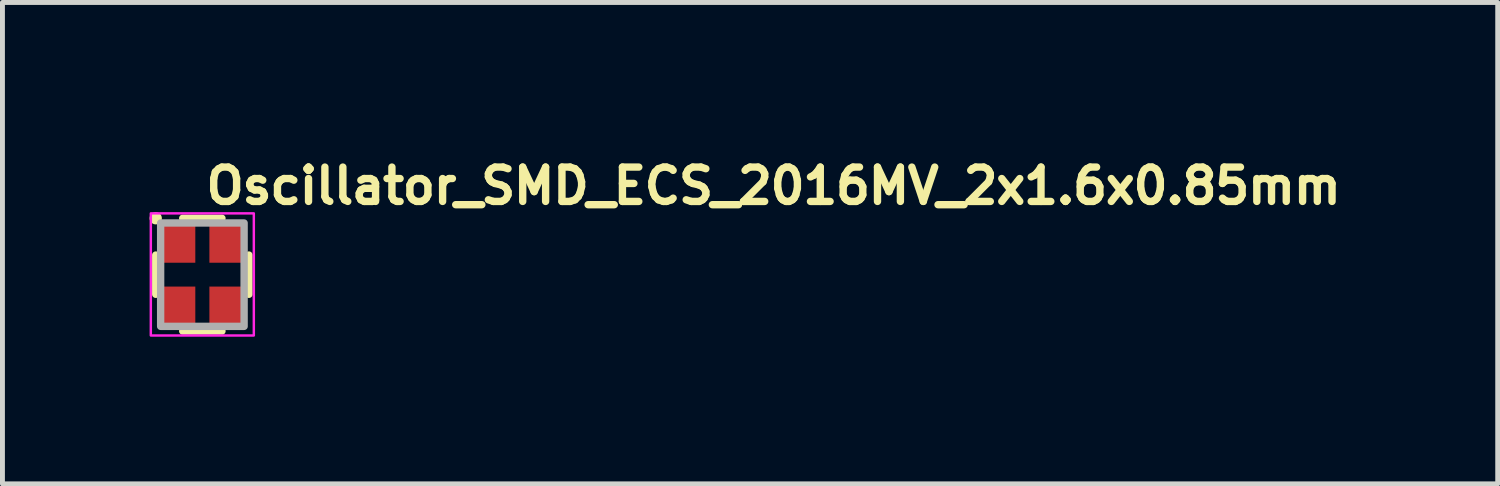
<source format=kicad_pcb>
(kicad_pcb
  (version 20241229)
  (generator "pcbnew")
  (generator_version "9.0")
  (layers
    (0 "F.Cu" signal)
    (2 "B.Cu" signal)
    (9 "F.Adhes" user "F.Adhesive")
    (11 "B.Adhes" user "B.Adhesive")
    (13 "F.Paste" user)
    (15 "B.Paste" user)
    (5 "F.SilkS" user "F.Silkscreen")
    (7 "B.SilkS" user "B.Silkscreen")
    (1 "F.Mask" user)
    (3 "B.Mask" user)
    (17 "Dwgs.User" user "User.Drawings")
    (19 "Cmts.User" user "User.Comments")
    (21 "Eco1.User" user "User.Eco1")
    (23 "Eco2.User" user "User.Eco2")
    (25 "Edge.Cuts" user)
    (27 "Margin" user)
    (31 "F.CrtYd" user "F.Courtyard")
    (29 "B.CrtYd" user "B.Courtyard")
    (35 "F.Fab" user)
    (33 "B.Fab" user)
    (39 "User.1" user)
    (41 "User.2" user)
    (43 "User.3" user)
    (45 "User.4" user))
  (footprint "Oscillator_SMD_ECS_2016MV_2x1.6x0.85mm"
    (layer "F.Cu")
    (at 1.075 2.55)
    (property "Reference" "Oscillator_SMD_ECS_2016MV_2x1.6x0.85mm" (at 0 -1.4 180) (layer "F.SilkS") (effects (font (size 0.7 0.7) (thickness 0.15)) (justify left bottom)))
    (attr smd)
    (fp_line (start -0.95 0.4) (end -0.95 -0.4) (stroke (width 0.15) (type solid)) (layer "F.SilkS"))
    (fp_line (start -0.4 -1.15) (end 0.4 -1.15) (stroke (width 0.15) (type solid)) (layer "F.SilkS"))
    (fp_line (start -0.4 1.15) (end 0.4 1.15) (stroke (width 0.15) (type solid)) (layer "F.SilkS"))
    (fp_line (start 0.95 0.4) (end 0.95 -0.4) (stroke (width 0.15) (type solid)) (layer "F.SilkS"))
    (fp_circle (center -0.95 -1.15) (end -0.9 -1.15) (stroke (width 0.15) (type solid)) (fill yes) (layer "F.SilkS"))
    (fp_rect (start -1.05 -1.25) (end 1.05 1.24) (stroke (width 0.05) (type solid)) (fill no) (layer "F.CrtYd"))
    (fp_rect (start -0.85 -1.054) (end 0.852 1.054) (stroke (width 0.15) (type solid)) (fill no) (layer "F.Fab"))
    (fp_rect (start -0.8 -1) (end 0.8 1) (stroke (width 0.15) (type solid)) (fill no) (layer "User.5"))
    (fp_line (start -0.8 -0.938) (end -0.8 -0.263) (stroke (width 0.02) (type solid)) (layer "User.9"))
    (fp_line (start -0.8 -0.263) (end -0.798 -0.263) (stroke (width 0.02) (type solid)) (layer "User.9"))
    (fp_line (start -0.8 -0.263) (end -0.798 -0.263) (stroke (width 0.02) (type solid)) (layer "User.9"))
    (fp_line (start -0.8 0.263) (end -0.8 0.937) (stroke (width 0.02) (type solid)) (layer "User.9"))
    (fp_line (start -0.8 0.937) (end -0.798 0.937) (stroke (width 0.02) (type solid)) (layer "User.9"))
    (fp_line (start -0.798 -0.938) (end -0.8 -0.938) (stroke (width 0.02) (type solid)) (layer "User.9"))
    (fp_line (start -0.798 -0.263) (end -0.794 -0.263) (stroke (width 0.02) (type solid)) (layer "User.9"))
    (fp_line (start -0.798 -0.263) (end -0.794 -0.263) (stroke (width 0.02) (type solid)) (layer "User.9"))
    (fp_line (start -0.798 0.262) (end -0.8 0.263) (stroke (width 0.02) (type solid)) (layer "User.9"))
    (fp_line (start -0.798 0.937) (end -0.794 0.937) (stroke (width 0.02) (type solid)) (layer "User.9"))
    (fp_line (start -0.794 -0.938) (end -0.798 -0.938) (stroke (width 0.02) (type solid)) (layer "User.9"))
    (fp_line (start -0.794 -0.263) (end -0.791 -0.263) (stroke (width 0.02) (type solid)) (layer "User.9"))
    (fp_line (start -0.794 -0.263) (end -0.791 -0.263) (stroke (width 0.02) (type solid)) (layer "User.9"))
    (fp_line (start -0.794 0.262) (end -0.798 0.262) (stroke (width 0.02) (type solid)) (layer "User.9"))
    (fp_line (start -0.794 0.937) (end -0.791 0.937) (stroke (width 0.02) (type solid)) (layer "User.9"))
    (fp_line (start -0.791 -0.938) (end -0.794 -0.938) (stroke (width 0.02) (type solid)) (layer "User.9"))
    (fp_line (start -0.791 -0.263) (end -0.787 -0.262) (stroke (width 0.02) (type solid)) (layer "User.9"))
    (fp_line (start -0.791 -0.263) (end -0.787 -0.262) (stroke (width 0.02) (type solid)) (layer "User.9"))
    (fp_line (start -0.791 0.262) (end -0.794 0.262) (stroke (width 0.02) (type solid)) (layer "User.9"))
    (fp_line (start -0.791 0.937) (end -0.789 0.938) (stroke (width 0.02) (type solid)) (layer "User.9"))
    (fp_line (start -0.789 -0.94) (end -0.791 -0.938) (stroke (width 0.02) (type solid)) (layer "User.9"))
    (fp_line (start -0.789 0.938) (end -0.785 0.938) (stroke (width 0.02) (type solid)) (layer "User.9"))
    (fp_line (start -0.787 -0.262) (end -0.785 -0.262) (stroke (width 0.02) (type solid)) (layer "User.9"))
    (fp_line (start -0.787 -0.262) (end -0.785 -0.262) (stroke (width 0.02) (type solid)) (layer "User.9"))
    (fp_line (start -0.787 0.261) (end -0.791 0.262) (stroke (width 0.02) (type solid)) (layer "User.9"))
    (fp_line (start -0.785 -0.94) (end -0.789 -0.94) (stroke (width 0.02) (type solid)) (layer "User.9"))
    (fp_line (start -0.785 -0.262) (end -0.781 -0.261) (stroke (width 0.02) (type solid)) (layer "User.9"))
    (fp_line (start -0.785 -0.262) (end -0.781 -0.261) (stroke (width 0.02) (type solid)) (layer "User.9"))
    (fp_line (start -0.785 0.261) (end -0.787 0.261) (stroke (width 0.02) (type solid)) (layer "User.9"))
    (fp_line (start -0.785 0.938) (end -0.783 0.939) (stroke (width 0.02) (type solid)) (layer "User.9"))
    (fp_line (start -0.783 -0.94) (end -0.785 -0.94) (stroke (width 0.02) (type solid)) (layer "User.9"))
    (fp_line (start -0.783 0.939) (end -0.779 0.94) (stroke (width 0.02) (type solid)) (layer "User.9"))
    (fp_line (start -0.781 -0.261) (end -0.779 -0.26) (stroke (width 0.02) (type solid)) (layer "User.9"))
    (fp_line (start -0.781 -0.261) (end -0.779 -0.26) (stroke (width 0.02) (type solid)) (layer "User.9"))
    (fp_line (start -0.781 0.26) (end -0.785 0.261) (stroke (width 0.02) (type solid)) (layer "User.9"))
    (fp_line (start -0.779 -0.942) (end -0.783 -0.94) (stroke (width 0.02) (type solid)) (layer "User.9"))
    (fp_line (start -0.779 -0.26) (end -0.777 -0.258) (stroke (width 0.02) (type solid)) (layer "User.9"))
    (fp_line (start -0.779 -0.26) (end -0.777 -0.258) (stroke (width 0.02) (type solid)) (layer "User.9"))
    (fp_line (start -0.779 0.259) (end -0.781 0.26) (stroke (width 0.02) (type solid)) (layer "User.9"))
    (fp_line (start -0.779 0.94) (end -0.777 0.941) (stroke (width 0.02) (type solid)) (layer "User.9"))
    (fp_line (start -0.777 -0.942) (end -0.779 -0.942) (stroke (width 0.02) (type solid)) (layer "User.9"))
    (fp_line (start -0.777 -0.258) (end -0.773 -0.256) (stroke (width 0.02) (type solid)) (layer "User.9"))
    (fp_line (start -0.777 -0.258) (end -0.773 -0.256) (stroke (width 0.02) (type solid)) (layer "User.9"))
    (fp_line (start -0.777 0.258) (end -0.779 0.259) (stroke (width 0.02) (type solid)) (layer "User.9"))
    (fp_line (start -0.777 0.941) (end -0.773 0.942) (stroke (width 0.02) (type solid)) (layer "User.9"))
    (fp_line (start -0.773 -0.944) (end -0.777 -0.942) (stroke (width 0.02) (type solid)) (layer "User.9"))
    (fp_line (start -0.773 -0.256) (end -0.771 -0.255) (stroke (width 0.02) (type solid)) (layer "User.9"))
    (fp_line (start -0.773 -0.256) (end -0.771 -0.255) (stroke (width 0.02) (type solid)) (layer "User.9"))
    (fp_line (start -0.773 0.256) (end -0.777 0.258) (stroke (width 0.02) (type solid)) (layer "User.9"))
    (fp_line (start -0.773 0.942) (end -0.771 0.944) (stroke (width 0.02) (type solid)) (layer "User.9"))
    (fp_line (start -0.771 -0.946) (end -0.773 -0.944) (stroke (width 0.02) (type solid)) (layer "User.9"))
    (fp_line (start -0.771 -0.255) (end -0.769 -0.253) (stroke (width 0.02) (type solid)) (layer "User.9"))
    (fp_line (start -0.771 -0.255) (end -0.769 -0.253) (stroke (width 0.02) (type solid)) (layer "User.9"))
    (fp_line (start -0.771 0.255) (end -0.773 0.256) (stroke (width 0.02) (type solid)) (layer "User.9"))
    (fp_line (start -0.771 0.944) (end -0.769 0.945) (stroke (width 0.02) (type solid)) (layer "User.9"))
    (fp_line (start -0.769 -0.946) (end -0.771 -0.946) (stroke (width 0.02) (type solid)) (layer "User.9"))
    (fp_line (start -0.769 -0.253) (end -0.765 -0.252) (stroke (width 0.02) (type solid)) (layer "User.9"))
    (fp_line (start -0.769 -0.253) (end -0.765 -0.252) (stroke (width 0.02) (type solid)) (layer "User.9"))
    (fp_line (start -0.769 0.252) (end -0.771 0.255) (stroke (width 0.02) (type solid)) (layer "User.9"))
    (fp_line (start -0.769 0.945) (end -0.765 0.947) (stroke (width 0.02) (type solid)) (layer "User.9"))
    (fp_line (start -0.765 -0.948) (end -0.769 -0.946) (stroke (width 0.02) (type solid)) (layer "User.9"))
    (fp_line (start -0.765 -0.252) (end -0.763 -0.25) (stroke (width 0.02) (type solid)) (layer "User.9"))
    (fp_line (start -0.765 -0.252) (end -0.763 -0.25) (stroke (width 0.02) (type solid)) (layer "User.9"))
    (fp_line (start -0.765 0.251) (end -0.769 0.252) (stroke (width 0.02) (type solid)) (layer "User.9"))
    (fp_line (start -0.765 0.947) (end -0.763 0.949) (stroke (width 0.02) (type solid)) (layer "User.9"))
    (fp_line (start -0.763 -0.95) (end -0.765 -0.948) (stroke (width 0.02) (type solid)) (layer "User.9"))
    (fp_line (start -0.763 -0.25) (end -0.761 -0.248) (stroke (width 0.02) (type solid)) (layer "User.9"))
    (fp_line (start -0.763 -0.25) (end -0.761 -0.248) (stroke (width 0.02) (type solid)) (layer "User.9"))
    (fp_line (start -0.763 0.249) (end -0.765 0.251) (stroke (width 0.02) (type solid)) (layer "User.9"))
    (fp_line (start -0.763 0.949) (end -0.761 0.951) (stroke (width 0.02) (type solid)) (layer "User.9"))
    (fp_line (start -0.761 -0.952) (end -0.763 -0.95) (stroke (width 0.02) (type solid)) (layer "User.9"))
    (fp_line (start -0.761 -0.248) (end -0.759 -0.246) (stroke (width 0.02) (type solid)) (layer "User.9"))
    (fp_line (start -0.761 -0.248) (end -0.759 -0.246) (stroke (width 0.02) (type solid)) (layer "User.9"))
    (fp_line (start -0.761 0.247) (end -0.763 0.249) (stroke (width 0.02) (type solid)) (layer "User.9"))
    (fp_line (start -0.761 0.951) (end -0.759 0.953) (stroke (width 0.02) (type solid)) (layer "User.9"))
    (fp_line (start -0.759 -0.954) (end -0.761 -0.952) (stroke (width 0.02) (type solid)) (layer "User.9"))
    (fp_line (start -0.759 -0.246) (end -0.757 -0.244) (stroke (width 0.02) (type solid)) (layer "User.9"))
    (fp_line (start -0.759 -0.246) (end -0.757 -0.244) (stroke (width 0.02) (type solid)) (layer "User.9"))
    (fp_line (start -0.759 0.245) (end -0.761 0.247) (stroke (width 0.02) (type solid)) (layer "User.9"))
    (fp_line (start -0.759 0.953) (end -0.757 0.955) (stroke (width 0.02) (type solid)) (layer "User.9"))
    (fp_line (start -0.757 -0.956) (end -0.759 -0.954) (stroke (width 0.02) (type solid)) (layer "User.9"))
    (fp_line (start -0.757 -0.956) (end -0.757 -0.956) (stroke (width 0.02) (type solid)) (layer "User.9"))
    (fp_line (start -0.757 -0.244) (end -0.755 -0.242) (stroke (width 0.02) (type solid)) (layer "User.9"))
    (fp_line (start -0.757 -0.244) (end -0.755 -0.242) (stroke (width 0.02) (type solid)) (layer "User.9"))
    (fp_line (start -0.757 0.243) (end -0.759 0.245) (stroke (width 0.02) (type solid)) (layer "User.9"))
    (fp_line (start -0.757 0.955) (end -0.757 0.955) (stroke (width 0.02) (type solid)) (layer "User.9"))
    (fp_line (start -0.757 0.955) (end -0.755 0.958) (stroke (width 0.02) (type solid)) (layer "User.9"))
    (fp_line (start -0.755 -0.958) (end -0.757 -0.956) (stroke (width 0.02) (type solid)) (layer "User.9"))
    (fp_line (start -0.755 -0.242) (end -0.753 -0.24) (stroke (width 0.02) (type solid)) (layer "User.9"))
    (fp_line (start -0.755 -0.242) (end -0.753 -0.24) (stroke (width 0.02) (type solid)) (layer "User.9"))
    (fp_line (start -0.755 0.241) (end -0.757 0.243) (stroke (width 0.02) (type solid)) (layer "User.9"))
    (fp_line (start -0.755 0.958) (end -0.753 0.96) (stroke (width 0.02) (type solid)) (layer "User.9"))
    (fp_line (start -0.753 -0.96) (end -0.755 -0.958) (stroke (width 0.02) (type solid)) (layer "User.9"))
    (fp_line (start -0.753 -0.24) (end -0.751 -0.237) (stroke (width 0.02) (type solid)) (layer "User.9"))
    (fp_line (start -0.753 -0.24) (end -0.751 -0.237) (stroke (width 0.02) (type solid)) (layer "User.9"))
    (fp_line (start -0.753 0.239) (end -0.755 0.241) (stroke (width 0.02) (type solid)) (layer "User.9"))
    (fp_line (start -0.753 0.96) (end -0.751 0.963) (stroke (width 0.02) (type solid)) (layer "User.9"))
    (fp_line (start -0.751 -0.964) (end -0.753 -0.96) (stroke (width 0.02) (type solid)) (layer "User.9"))
    (fp_line (start -0.751 -0.237) (end -0.749 -0.235) (stroke (width 0.02) (type solid)) (layer "User.9"))
    (fp_line (start -0.751 -0.237) (end -0.749 -0.235) (stroke (width 0.02) (type solid)) (layer "User.9"))
    (fp_line (start -0.751 0.236) (end -0.753 0.239) (stroke (width 0.02) (type solid)) (layer "User.9"))
    (fp_line (start -0.751 0.963) (end -0.749 0.965) (stroke (width 0.02) (type solid)) (layer "User.9"))
    (fp_line (start -0.749 -0.966) (end -0.751 -0.964) (stroke (width 0.02) (type solid)) (layer "User.9"))
    (fp_line (start -0.749 -0.235) (end -0.747 -0.232) (stroke (width 0.02) (type solid)) (layer "User.9"))
    (fp_line (start -0.749 -0.235) (end -0.747 -0.232) (stroke (width 0.02) (type solid)) (layer "User.9"))
    (fp_line (start -0.749 0.234) (end -0.751 0.236) (stroke (width 0.02) (type solid)) (layer "User.9"))
    (fp_line (start -0.749 0.965) (end -0.747 0.968) (stroke (width 0.02) (type solid)) (layer "User.9"))
    (fp_line (start -0.747 -0.968) (end -0.749 -0.966) (stroke (width 0.02) (type solid)) (layer "User.9"))
    (fp_line (start -0.747 -0.232) (end -0.745 -0.23) (stroke (width 0.02) (type solid)) (layer "User.9"))
    (fp_line (start -0.747 -0.232) (end -0.745 -0.23) (stroke (width 0.02) (type solid)) (layer "User.9"))
    (fp_line (start -0.747 0.231) (end -0.749 0.234) (stroke (width 0.02) (type solid)) (layer "User.9"))
    (fp_line (start -0.747 0.968) (end -0.745 0.971) (stroke (width 0.02) (type solid)) (layer "User.9"))
    (fp_line (start -0.745 -0.972) (end -0.747 -0.968) (stroke (width 0.02) (type solid)) (layer "User.9"))
    (fp_line (start -0.745 -0.23) (end -0.745 -0.227) (stroke (width 0.02) (type solid)) (layer "User.9"))
    (fp_line (start -0.745 -0.23) (end -0.745 -0.227) (stroke (width 0.02) (type solid)) (layer "User.9"))
    (fp_line (start -0.745 -0.227) (end -0.743 -0.224) (stroke (width 0.02) (type solid)) (layer "User.9"))
    (fp_line (start -0.745 -0.227) (end -0.743 -0.224) (stroke (width 0.02) (type solid)) (layer "User.9"))
    (fp_line (start -0.745 0.226) (end -0.745 0.229) (stroke (width 0.02) (type solid)) (layer "User.9"))
    (fp_line (start -0.745 0.229) (end -0.747 0.231) (stroke (width 0.02) (type solid)) (layer "User.9"))
    (fp_line (start -0.745 0.971) (end -0.743 0.973) (stroke (width 0.02) (type solid)) (layer "User.9"))
    (fp_line (start -0.743 -0.976) (end -0.743 -0.974) (stroke (width 0.02) (type solid)) (layer "User.9"))
    (fp_line (start -0.743 -0.974) (end -0.745 -0.972) (stroke (width 0.02) (type solid)) (layer "User.9"))
    (fp_line (start -0.743 -0.224) (end -0.741 -0.221) (stroke (width 0.02) (type solid)) (layer "User.9"))
    (fp_line (start -0.743 -0.224) (end -0.741 -0.221) (stroke (width 0.02) (type solid)) (layer "User.9"))
    (fp_line (start -0.743 0.223) (end -0.745 0.226) (stroke (width 0.02) (type solid)) (layer "User.9"))
    (fp_line (start -0.743 0.973) (end -0.743 0.976) (stroke (width 0.02) (type solid)) (layer "User.9"))
    (fp_line (start -0.743 0.976) (end -0.741 0.979) (stroke (width 0.02) (type solid)) (layer "User.9"))
    (fp_line (start -0.741 -0.982) (end -0.741 -0.98) (stroke (width 0.02) (type solid)) (layer "User.9"))
    (fp_line (start -0.741 -0.98) (end -0.743 -0.976) (stroke (width 0.02) (type solid)) (layer "User.9"))
    (fp_line (start -0.741 -0.221) (end -0.741 -0.219) (stroke (width 0.02) (type solid)) (layer "User.9"))
    (fp_line (start -0.741 -0.221) (end -0.741 -0.219) (stroke (width 0.02) (type solid)) (layer "User.9"))
    (fp_line (start -0.741 -0.219) (end -0.739 -0.216) (stroke (width 0.02) (type solid)) (layer "User.9"))
    (fp_line (start -0.741 -0.219) (end -0.739 -0.216) (stroke (width 0.02) (type solid)) (layer "User.9"))
    (fp_line (start -0.741 0.219) (end -0.741 0.22) (stroke (width 0.02) (type solid)) (layer "User.9"))
    (fp_line (start -0.741 0.22) (end -0.743 0.223) (stroke (width 0.02) (type solid)) (layer "User.9"))
    (fp_line (start -0.741 0.979) (end -0.741 0.982) (stroke (width 0.02) (type solid)) (layer "User.9"))
    (fp_line (start -0.741 0.982) (end -0.739 0.985) (stroke (width 0.02) (type solid)) (layer "User.9"))
    (fp_line (start -0.739 -1) (end -0.739 -0.998) (stroke (width 0.02) (type solid)) (layer "User.9"))
    (fp_line (start -0.739 -0.998) (end -0.739 -0.994) (stroke (width 0.02) (type solid)) (layer "User.9"))
    (fp_line (start -0.739 -0.994) (end -0.739 -0.992) (stroke (width 0.02) (type solid)) (layer "User.9"))
    (fp_line (start -0.739 -0.992) (end -0.739 -0.988) (stroke (width 0.02) (type solid)) (layer "User.9"))
    (fp_line (start -0.739 -0.988) (end -0.739 -0.986) (stroke (width 0.02) (type solid)) (layer "User.9"))
    (fp_line (start -0.739 -0.986) (end -0.741 -0.982) (stroke (width 0.02) (type solid)) (layer "User.9"))
    (fp_line (start -0.739 -0.216) (end -0.739 -0.213) (stroke (width 0.02) (type solid)) (layer "User.9"))
    (fp_line (start -0.739 -0.216) (end -0.739 -0.213) (stroke (width 0.02) (type solid)) (layer "User.9"))
    (fp_line (start -0.739 -0.213) (end -0.739 -0.21) (stroke (width 0.02) (type solid)) (layer "User.9"))
    (fp_line (start -0.739 -0.213) (end -0.739 -0.21) (stroke (width 0.02) (type solid)) (layer "User.9"))
    (fp_line (start -0.739 -0.21) (end -0.739 -0.206) (stroke (width 0.02) (type solid)) (layer "User.9"))
    (fp_line (start -0.739 -0.21) (end -0.739 -0.206) (stroke (width 0.02) (type solid)) (layer "User.9"))
    (fp_line (start -0.739 -0.206) (end -0.739 -0.203) (stroke (width 0.02) (type solid)) (layer "User.9"))
    (fp_line (start -0.739 -0.206) (end -0.739 -0.203) (stroke (width 0.02) (type solid)) (layer "User.9"))
    (fp_line (start -0.739 -0.203) (end -0.739 -0.2) (stroke (width 0.02) (type solid)) (layer "User.9"))
    (fp_line (start -0.739 -0.203) (end -0.739 -0.2) (stroke (width 0.02) (type solid)) (layer "User.9"))
    (fp_line (start -0.739 -0.2) (end -0.739 0.2) (stroke (width 0.02) (type solid)) (layer "User.9"))
    (fp_line (start -0.739 0.2) (end -0.739 0.203) (stroke (width 0.02) (type solid)) (layer "User.9"))
    (fp_line (start -0.739 0.203) (end -0.739 0.206) (stroke (width 0.02) (type solid)) (layer "User.9"))
    (fp_line (start -0.739 0.206) (end -0.739 0.21) (stroke (width 0.02) (type solid)) (layer "User.9"))
    (fp_line (start -0.739 0.21) (end -0.739 0.213) (stroke (width 0.02) (type solid)) (layer "User.9"))
    (fp_line (start -0.739 0.213) (end -0.739 0.216) (stroke (width 0.02) (type solid)) (layer "User.9"))
    (fp_line (start -0.739 0.216) (end -0.741 0.219) (stroke (width 0.02) (type solid)) (layer "User.9"))
    (fp_line (start -0.739 0.985) (end -0.739 0.988) (stroke (width 0.02) (type solid)) (layer "User.9"))
    (fp_line (start -0.739 0.988) (end -0.739 0.99) (stroke (width 0.02) (type solid)) (layer "User.9"))
    (fp_line (start -0.739 0.99) (end -0.739 0.993) (stroke (width 0.02) (type solid)) (layer "User.9"))
    (fp_line (start -0.739 0.993) (end -0.739 0.996) (stroke (width 0.02) (type solid)) (layer "User.9"))
    (fp_line (start -0.739 0.996) (end -0.739 0.999) (stroke (width 0.02) (type solid)) (layer "User.9"))
    (fp_line (start -0.739 0.999) (end 0.737 0.999) (stroke (width 0.02) (type solid)) (layer "User.9"))
    (fp_line (start -0.701 -0.831) (end -0.699 -0.835) (stroke (width 0.02) (type solid)) (layer "User.9"))
    (fp_line (start -0.701 -0.825) (end -0.701 -0.831) (stroke (width 0.02) (type solid)) (layer "User.9"))
    (fp_line (start -0.701 -0.825) (end -0.701 0.824) (stroke (width 0.02) (type solid)) (layer "User.9"))
    (fp_line (start -0.701 0.824) (end -0.701 0.83) (stroke (width 0.02) (type solid)) (layer "User.9"))
    (fp_line (start -0.701 0.83) (end -0.699 0.835) (stroke (width 0.02) (type solid)) (layer "User.9"))
    (fp_line (start -0.699 -0.845) (end -0.697 -0.851) (stroke (width 0.02) (type solid)) (layer "User.9"))
    (fp_line (start -0.699 -0.841) (end -0.699 -0.845) (stroke (width 0.02) (type solid)) (layer "User.9"))
    (fp_line (start -0.699 -0.835) (end -0.699 -0.841) (stroke (width 0.02) (type solid)) (layer "User.9"))
    (fp_line (start -0.699 0.835) (end -0.699 0.84) (stroke (width 0.02) (type solid)) (layer "User.9"))
    (fp_line (start -0.699 0.84) (end -0.699 0.845) (stroke (width 0.02) (type solid)) (layer "User.9"))
    (fp_line (start -0.699 0.845) (end -0.697 0.849) (stroke (width 0.02) (type solid)) (layer "User.9"))
    (fp_line (start -0.697 -0.855) (end -0.695 -0.859) (stroke (width 0.02) (type solid)) (layer "User.9"))
    (fp_line (start -0.697 -0.851) (end -0.697 -0.855) (stroke (width 0.02) (type solid)) (layer "User.9"))
    (fp_line (start -0.697 0.849) (end -0.697 0.854) (stroke (width 0.02) (type solid)) (layer "User.9"))
    (fp_line (start -0.697 0.854) (end -0.695 0.858) (stroke (width 0.02) (type solid)) (layer "User.9"))
    (fp_line (start -0.695 -0.859) (end -0.693 -0.865) (stroke (width 0.02) (type solid)) (layer "User.9"))
    (fp_line (start -0.695 0.858) (end -0.693 0.864) (stroke (width 0.02) (type solid)) (layer "User.9"))
    (fp_line (start -0.693 -0.865) (end -0.691 -0.869) (stroke (width 0.02) (type solid)) (layer "User.9"))
    (fp_line (start -0.693 0.864) (end -0.691 0.868) (stroke (width 0.02) (type solid)) (layer "User.9"))
    (fp_line (start -0.691 -0.869) (end -0.689 -0.873) (stroke (width 0.02) (type solid)) (layer "User.9"))
    (fp_line (start -0.691 0.868) (end -0.689 0.873) (stroke (width 0.02) (type solid)) (layer "User.9"))
    (fp_line (start -0.689 -0.873) (end -0.687 -0.877) (stroke (width 0.02) (type solid)) (layer "User.9"))
    (fp_line (start -0.689 0.873) (end -0.687 0.876) (stroke (width 0.02) (type solid)) (layer "User.9"))
    (fp_line (start -0.687 -0.877) (end -0.683 -0.881) (stroke (width 0.02) (type solid)) (layer "User.9"))
    (fp_line (start -0.687 0.876) (end -0.683 0.88) (stroke (width 0.02) (type solid)) (layer "User.9"))
    (fp_line (start -0.683 -0.881) (end -0.681 -0.885) (stroke (width 0.02) (type solid)) (layer "User.9"))
    (fp_line (start -0.683 0.88) (end -0.681 0.884) (stroke (width 0.02) (type solid)) (layer "User.9"))
    (fp_line (start -0.681 -0.885) (end -0.677 -0.889) (stroke (width 0.02) (type solid)) (layer "User.9"))
    (fp_line (start -0.681 0.884) (end -0.677 0.888) (stroke (width 0.02) (type solid)) (layer "User.9"))
    (fp_line (start -0.677 -0.889) (end -0.675 -0.893) (stroke (width 0.02) (type solid)) (layer "User.9"))
    (fp_line (start -0.677 0.888) (end -0.675 0.891) (stroke (width 0.02) (type solid)) (layer "User.9"))
    (fp_line (start -0.675 -0.893) (end -0.671 -0.897) (stroke (width 0.02) (type solid)) (layer "User.9"))
    (fp_line (start -0.675 0.891) (end -0.671 0.896) (stroke (width 0.02) (type solid)) (layer "User.9"))
    (fp_line (start -0.671 -0.897) (end -0.667 -0.9) (stroke (width 0.02) (type solid)) (layer "User.9"))
    (fp_line (start -0.671 0.896) (end -0.667 0.899) (stroke (width 0.02) (type solid)) (layer "User.9"))
    (fp_line (start -0.667 -0.9) (end -0.664 -0.902) (stroke (width 0.02) (type solid)) (layer "User.9"))
    (fp_line (start -0.667 0.899) (end -0.664 0.902) (stroke (width 0.02) (type solid)) (layer "User.9"))
    (fp_line (start -0.664 -0.902) (end -0.66 -0.906) (stroke (width 0.02) (type solid)) (layer "User.9"))
    (fp_line (start -0.664 0.902) (end -0.66 0.905) (stroke (width 0.02) (type solid)) (layer "User.9"))
    (fp_line (start -0.66 -0.906) (end -0.656 -0.908) (stroke (width 0.02) (type solid)) (layer "User.9"))
    (fp_line (start -0.66 0.905) (end -0.656 0.908) (stroke (width 0.02) (type solid)) (layer "User.9"))
    (fp_line (start -0.656 -0.908) (end -0.652 -0.912) (stroke (width 0.02) (type solid)) (layer "User.9"))
    (fp_line (start -0.656 0.908) (end -0.652 0.911) (stroke (width 0.02) (type solid)) (layer "User.9"))
    (fp_line (start -0.652 -0.912) (end -0.648 -0.914) (stroke (width 0.02) (type solid)) (layer "User.9"))
    (fp_line (start -0.652 0.911) (end -0.648 0.913) (stroke (width 0.02) (type solid)) (layer "User.9"))
    (fp_line (start -0.648 -0.914) (end -0.644 -0.916) (stroke (width 0.02) (type solid)) (layer "User.9"))
    (fp_line (start -0.648 0.913) (end -0.644 0.915) (stroke (width 0.02) (type solid)) (layer "User.9"))
    (fp_line (start -0.644 -0.916) (end -0.64 -0.918) (stroke (width 0.02) (type solid)) (layer "User.9"))
    (fp_line (start -0.644 0.915) (end -0.64 0.917) (stroke (width 0.02) (type solid)) (layer "User.9"))
    (fp_line (start -0.64 -0.918) (end -0.634 -0.92) (stroke (width 0.02) (type solid)) (layer "User.9"))
    (fp_line (start -0.64 0.917) (end -0.634 0.919) (stroke (width 0.02) (type solid)) (layer "User.9"))
    (fp_line (start -0.634 -0.92) (end -0.63 -0.922) (stroke (width 0.02) (type solid)) (layer "User.9"))
    (fp_line (start -0.634 0.919) (end -0.63 0.921) (stroke (width 0.02) (type solid)) (layer "User.9"))
    (fp_line (start -0.63 -0.922) (end -0.626 -0.922) (stroke (width 0.02) (type solid)) (layer "User.9"))
    (fp_line (start -0.63 0.921) (end -0.626 0.922) (stroke (width 0.02) (type solid)) (layer "User.9"))
    (fp_line (start -0.626 -0.922) (end -0.62 -0.924) (stroke (width 0.02) (type solid)) (layer "User.9"))
    (fp_line (start -0.626 0.922) (end -0.62 0.923) (stroke (width 0.02) (type solid)) (layer "User.9"))
    (fp_line (start -0.62 -0.924) (end -0.616 -0.924) (stroke (width 0.02) (type solid)) (layer "User.9"))
    (fp_line (start -0.62 0.923) (end -0.616 0.924) (stroke (width 0.02) (type solid)) (layer "User.9"))
    (fp_line (start -0.616 -0.924) (end -0.61 -0.924) (stroke (width 0.02) (type solid)) (layer "User.9"))
    (fp_line (start -0.616 0.924) (end -0.61 0.924) (stroke (width 0.02) (type solid)) (layer "User.9"))
    (fp_line (start -0.61 -0.924) (end -0.606 -0.926) (stroke (width 0.02) (type solid)) (layer "User.9"))
    (fp_line (start -0.61 0.924) (end -0.606 0.925) (stroke (width 0.02) (type solid)) (layer "User.9"))
    (fp_line (start -0.606 -0.926) (end -0.6 -0.926) (stroke (width 0.02) (type solid)) (layer "User.9"))
    (fp_line (start -0.606 0.925) (end -0.6 0.925) (stroke (width 0.02) (type solid)) (layer "User.9"))
    (fp_line (start -0.6 -0.926) (end 0.6 -0.926) (stroke (width 0.02) (type solid)) (layer "User.9"))
    (fp_line (start -0.6 0.925) (end 0.6 0.925) (stroke (width 0.02) (type solid)) (layer "User.9"))
    (fp_line (start -0.525 -0.67) (end -0.525 -0.664) (stroke (width 0.02) (type solid)) (layer "User.9"))
    (fp_line (start -0.525 -0.664) (end -0.525 -0.656) (stroke (width 0.02) (type solid)) (layer "User.9"))
    (fp_line (start -0.525 -0.656) (end -0.525 -0.65) (stroke (width 0.02) (type solid)) (layer "User.9"))
    (fp_line (start -0.525 -0.65) (end -0.525 -0.644) (stroke (width 0.02) (type solid)) (layer "User.9"))
    (fp_line (start -0.525 -0.644) (end -0.525 -0.637) (stroke (width 0.02) (type solid)) (layer "User.9"))
    (fp_line (start -0.525 -0.637) (end -0.525 -0.631) (stroke (width 0.02) (type solid)) (layer "User.9"))
    (fp_line (start -0.525 -0.631) (end -0.523 -0.625) (stroke (width 0.02) (type solid)) (layer "User.9"))
    (fp_line (start -0.523 -0.676) (end -0.525 -0.67) (stroke (width 0.02) (type solid)) (layer "User.9"))
    (fp_line (start -0.523 -0.625) (end -0.521 -0.619) (stroke (width 0.02) (type solid)) (layer "User.9"))
    (fp_line (start -0.521 -0.682) (end -0.523 -0.676) (stroke (width 0.02) (type solid)) (layer "User.9"))
    (fp_line (start -0.521 -0.619) (end -0.519 -0.613) (stroke (width 0.02) (type solid)) (layer "User.9"))
    (fp_line (start -0.519 -0.688) (end -0.521 -0.682) (stroke (width 0.02) (type solid)) (layer "User.9"))
    (fp_line (start -0.519 -0.613) (end -0.517 -0.607) (stroke (width 0.02) (type solid)) (layer "User.9"))
    (fp_line (start -0.517 -0.694) (end -0.519 -0.688) (stroke (width 0.02) (type solid)) (layer "User.9"))
    (fp_line (start -0.517 -0.607) (end -0.515 -0.601) (stroke (width 0.02) (type solid)) (layer "User.9"))
    (fp_line (start -0.515 -0.7) (end -0.517 -0.694) (stroke (width 0.02) (type solid)) (layer "User.9"))
    (fp_line (start -0.515 -0.601) (end -0.513 -0.597) (stroke (width 0.02) (type solid)) (layer "User.9"))
    (fp_line (start -0.513 -0.704) (end -0.515 -0.7) (stroke (width 0.02) (type solid)) (layer "User.9"))
    (fp_line (start -0.513 -0.597) (end -0.51 -0.591) (stroke (width 0.02) (type solid)) (layer "User.9"))
    (fp_line (start -0.51 -0.71) (end -0.513 -0.704) (stroke (width 0.02) (type solid)) (layer "User.9"))
    (fp_line (start -0.51 -0.591) (end -0.507 -0.585) (stroke (width 0.02) (type solid)) (layer "User.9"))
    (fp_line (start -0.507 -0.716) (end -0.51 -0.71) (stroke (width 0.02) (type solid)) (layer "User.9"))
    (fp_line (start -0.507 -0.585) (end -0.504 -0.581) (stroke (width 0.02) (type solid)) (layer "User.9"))
    (fp_line (start -0.504 -0.72) (end -0.507 -0.716) (stroke (width 0.02) (type solid)) (layer "User.9"))
    (fp_line (start -0.504 -0.581) (end -0.5 -0.575) (stroke (width 0.02) (type solid)) (layer "User.9"))
    (fp_line (start -0.5 -0.726) (end -0.504 -0.72) (stroke (width 0.02) (type solid)) (layer "User.9"))
    (fp_line (start -0.5 -0.575) (end -0.496 -0.571) (stroke (width 0.02) (type solid)) (layer "User.9"))
    (fp_line (start -0.496 -0.73) (end -0.5 -0.726) (stroke (width 0.02) (type solid)) (layer "User.9"))
    (fp_line (start -0.496 -0.571) (end -0.493 -0.567) (stroke (width 0.02) (type solid)) (layer "User.9"))
    (fp_line (start -0.493 -0.734) (end -0.496 -0.73) (stroke (width 0.02) (type solid)) (layer "User.9"))
    (fp_line (start -0.493 -0.567) (end -0.488 -0.563) (stroke (width 0.02) (type solid)) (layer "User.9"))
    (fp_line (start -0.488 -0.738) (end -0.493 -0.734) (stroke (width 0.02) (type solid)) (layer "User.9"))
    (fp_line (start -0.488 -0.563) (end -0.484 -0.559) (stroke (width 0.02) (type solid)) (layer "User.9"))
    (fp_line (start -0.484 -0.742) (end -0.488 -0.738) (stroke (width 0.02) (type solid)) (layer "User.9"))
    (fp_line (start -0.484 -0.559) (end -0.479 -0.555) (stroke (width 0.02) (type solid)) (layer "User.9"))
    (fp_line (start -0.479 -0.746) (end -0.484 -0.742) (stroke (width 0.02) (type solid)) (layer "User.9"))
    (fp_line (start -0.479 -0.555) (end -0.475 -0.551) (stroke (width 0.02) (type solid)) (layer "User.9"))
    (fp_line (start -0.475 -0.75) (end -0.479 -0.746) (stroke (width 0.02) (type solid)) (layer "User.9"))
    (fp_line (start -0.475 -0.551) (end -0.471 -0.547) (stroke (width 0.02) (type solid)) (layer "User.9"))
    (fp_line (start -0.471 -0.754) (end -0.475 -0.75) (stroke (width 0.02) (type solid)) (layer "User.9"))
    (fp_line (start -0.471 -0.547) (end -0.466 -0.543) (stroke (width 0.02) (type solid)) (layer "User.9"))
    (fp_line (start -0.466 -0.758) (end -0.471 -0.754) (stroke (width 0.02) (type solid)) (layer "User.9"))
    (fp_line (start -0.466 -0.543) (end -0.461 -0.541) (stroke (width 0.02) (type solid)) (layer "User.9"))
    (fp_line (start -0.461 -0.76) (end -0.466 -0.758) (stroke (width 0.02) (type solid)) (layer "User.9"))
    (fp_line (start -0.461 -0.541) (end -0.455 -0.537) (stroke (width 0.02) (type solid)) (layer "User.9"))
    (fp_line (start -0.455 -0.764) (end -0.461 -0.76) (stroke (width 0.02) (type solid)) (layer "User.9"))
    (fp_line (start -0.455 -0.537) (end -0.45 -0.535) (stroke (width 0.02) (type solid)) (layer "User.9"))
    (fp_line (start -0.45 -0.766) (end -0.455 -0.764) (stroke (width 0.02) (type solid)) (layer "User.9"))
    (fp_line (start -0.45 -0.535) (end -0.444 -0.533) (stroke (width 0.02) (type solid)) (layer "User.9"))
    (fp_line (start -0.444 -0.768) (end -0.45 -0.766) (stroke (width 0.02) (type solid)) (layer "User.9"))
    (fp_line (start -0.444 -0.533) (end -0.438 -0.531) (stroke (width 0.02) (type solid)) (layer "User.9"))
    (fp_line (start -0.438 -0.77) (end -0.444 -0.768) (stroke (width 0.02) (type solid)) (layer "User.9"))
    (fp_line (start -0.438 -0.531) (end -0.432 -0.529) (stroke (width 0.02) (type solid)) (layer "User.9"))
    (fp_line (start -0.432 -0.771) (end -0.438 -0.77) (stroke (width 0.02) (type solid)) (layer "User.9"))
    (fp_line (start -0.432 -0.529) (end -0.426 -0.529) (stroke (width 0.02) (type solid)) (layer "User.9"))
    (fp_line (start -0.426 -0.773) (end -0.432 -0.771) (stroke (width 0.02) (type solid)) (layer "User.9"))
    (fp_line (start -0.426 -0.529) (end -0.42 -0.527) (stroke (width 0.02) (type solid)) (layer "User.9"))
    (fp_line (start -0.42 -0.773) (end -0.426 -0.773) (stroke (width 0.02) (type solid)) (layer "User.9"))
    (fp_line (start -0.42 -0.527) (end -0.414 -0.527) (stroke (width 0.02) (type solid)) (layer "User.9"))
    (fp_line (start -0.414 -0.775) (end -0.42 -0.773) (stroke (width 0.02) (type solid)) (layer "User.9"))
    (fp_line (start -0.414 -0.527) (end -0.406 -0.525) (stroke (width 0.02) (type solid)) (layer "User.9"))
    (fp_line (start -0.406 -0.775) (end -0.414 -0.775) (stroke (width 0.02) (type solid)) (layer "User.9"))
    (fp_line (start -0.406 -0.525) (end -0.4 -0.525) (stroke (width 0.02) (type solid)) (layer "User.9"))
    (fp_line (start -0.4 -0.775) (end -0.406 -0.775) (stroke (width 0.02) (type solid)) (layer "User.9"))
    (fp_line (start -0.4 -0.775) (end -0.4 -0.775) (stroke (width 0.02) (type solid)) (layer "User.9"))
    (fp_line (start -0.4 -0.525) (end -0.4 -0.525) (stroke (width 0.02) (type solid)) (layer "User.9"))
    (fp_line (start -0.4 -0.525) (end -0.394 -0.525) (stroke (width 0.02) (type solid)) (layer "User.9"))
    (fp_line (start -0.394 -0.775) (end -0.4 -0.775) (stroke (width 0.02) (type solid)) (layer "User.9"))
    (fp_line (start -0.394 -0.525) (end -0.387 -0.527) (stroke (width 0.02) (type solid)) (layer "User.9"))
    (fp_line (start -0.387 -0.775) (end -0.394 -0.775) (stroke (width 0.02) (type solid)) (layer "User.9"))
    (fp_line (start -0.387 -0.527) (end -0.381 -0.527) (stroke (width 0.02) (type solid)) (layer "User.9"))
    (fp_line (start -0.381 -0.773) (end -0.387 -0.775) (stroke (width 0.02) (type solid)) (layer "User.9"))
    (fp_line (start -0.381 -0.527) (end -0.375 -0.529) (stroke (width 0.02) (type solid)) (layer "User.9"))
    (fp_line (start -0.375 -0.773) (end -0.381 -0.773) (stroke (width 0.02) (type solid)) (layer "User.9"))
    (fp_line (start -0.375 -0.529) (end -0.369 -0.529) (stroke (width 0.02) (type solid)) (layer "User.9"))
    (fp_line (start -0.369 -0.771) (end -0.375 -0.773) (stroke (width 0.02) (type solid)) (layer "User.9"))
    (fp_line (start -0.369 -0.529) (end -0.363 -0.531) (stroke (width 0.02) (type solid)) (layer "User.9"))
    (fp_line (start -0.363 -0.77) (end -0.369 -0.771) (stroke (width 0.02) (type solid)) (layer "User.9"))
    (fp_line (start -0.363 -0.531) (end -0.357 -0.533) (stroke (width 0.02) (type solid)) (layer "User.9"))
    (fp_line (start -0.357 -0.768) (end -0.363 -0.77) (stroke (width 0.02) (type solid)) (layer "User.9"))
    (fp_line (start -0.357 -0.533) (end -0.351 -0.535) (stroke (width 0.02) (type solid)) (layer "User.9"))
    (fp_line (start -0.351 -0.766) (end -0.357 -0.768) (stroke (width 0.02) (type solid)) (layer "User.9"))
    (fp_line (start -0.351 -0.535) (end -0.346 -0.537) (stroke (width 0.02) (type solid)) (layer "User.9"))
    (fp_line (start -0.346 -0.764) (end -0.351 -0.766) (stroke (width 0.02) (type solid)) (layer "User.9"))
    (fp_line (start -0.346 -0.537) (end -0.341 -0.541) (stroke (width 0.02) (type solid)) (layer "User.9"))
    (fp_line (start -0.341 -0.76) (end -0.346 -0.764) (stroke (width 0.02) (type solid)) (layer "User.9"))
    (fp_line (start -0.341 -0.541) (end -0.336 -0.543) (stroke (width 0.02) (type solid)) (layer "User.9"))
    (fp_line (start -0.336 -0.758) (end -0.341 -0.76) (stroke (width 0.02) (type solid)) (layer "User.9"))
    (fp_line (start -0.336 -0.543) (end -0.331 -0.547) (stroke (width 0.02) (type solid)) (layer "User.9"))
    (fp_line (start -0.331 -0.754) (end -0.336 -0.758) (stroke (width 0.02) (type solid)) (layer "User.9"))
    (fp_line (start -0.331 -0.547) (end -0.326 -0.551) (stroke (width 0.02) (type solid)) (layer "User.9"))
    (fp_line (start -0.326 -0.75) (end -0.331 -0.754) (stroke (width 0.02) (type solid)) (layer "User.9"))
    (fp_line (start -0.326 -0.551) (end -0.322 -0.555) (stroke (width 0.02) (type solid)) (layer "User.9"))
    (fp_line (start -0.322 -0.746) (end -0.326 -0.75) (stroke (width 0.02) (type solid)) (layer "User.9"))
    (fp_line (start -0.322 -0.555) (end -0.317 -0.559) (stroke (width 0.02) (type solid)) (layer "User.9"))
    (fp_line (start -0.317 -0.742) (end -0.322 -0.746) (stroke (width 0.02) (type solid)) (layer "User.9"))
    (fp_line (start -0.317 -0.559) (end -0.313 -0.563) (stroke (width 0.02) (type solid)) (layer "User.9"))
    (fp_line (start -0.313 -0.738) (end -0.317 -0.742) (stroke (width 0.02) (type solid)) (layer "User.9"))
    (fp_line (start -0.313 -0.563) (end -0.308 -0.567) (stroke (width 0.02) (type solid)) (layer "User.9"))
    (fp_line (start -0.308 -0.734) (end -0.313 -0.738) (stroke (width 0.02) (type solid)) (layer "User.9"))
    (fp_line (start -0.308 -0.567) (end -0.305 -0.571) (stroke (width 0.02) (type solid)) (layer "User.9"))
    (fp_line (start -0.305 -0.73) (end -0.308 -0.734) (stroke (width 0.02) (type solid)) (layer "User.9"))
    (fp_line (start -0.305 -0.571) (end -0.301 -0.575) (stroke (width 0.02) (type solid)) (layer "User.9"))
    (fp_line (start -0.301 -0.726) (end -0.305 -0.73) (stroke (width 0.02) (type solid)) (layer "User.9"))
    (fp_line (start -0.301 -0.575) (end -0.297 -0.581) (stroke (width 0.02) (type solid)) (layer "User.9"))
    (fp_line (start -0.297 -0.72) (end -0.301 -0.726) (stroke (width 0.02) (type solid)) (layer "User.9"))
    (fp_line (start -0.297 -0.581) (end -0.294 -0.585) (stroke (width 0.02) (type solid)) (layer "User.9"))
    (fp_line (start -0.294 -0.716) (end -0.297 -0.72) (stroke (width 0.02) (type solid)) (layer "User.9"))
    (fp_line (start -0.294 -0.585) (end -0.291 -0.591) (stroke (width 0.02) (type solid)) (layer "User.9"))
    (fp_line (start -0.291 -0.71) (end -0.294 -0.716) (stroke (width 0.02) (type solid)) (layer "User.9"))
    (fp_line (start -0.291 -0.591) (end -0.288 -0.597) (stroke (width 0.02) (type solid)) (layer "User.9"))
    (fp_line (start -0.288 -0.704) (end -0.291 -0.71) (stroke (width 0.02) (type solid)) (layer "User.9"))
    (fp_line (start -0.288 -0.597) (end -0.286 -0.601) (stroke (width 0.02) (type solid)) (layer "User.9"))
    (fp_line (start -0.286 -0.7) (end -0.288 -0.704) (stroke (width 0.02) (type solid)) (layer "User.9"))
    (fp_line (start -0.286 -0.601) (end -0.284 -0.607) (stroke (width 0.02) (type solid)) (layer "User.9"))
    (fp_line (start -0.284 -0.694) (end -0.286 -0.7) (stroke (width 0.02) (type solid)) (layer "User.9"))
    (fp_line (start -0.284 -0.607) (end -0.282 -0.613) (stroke (width 0.02) (type solid)) (layer "User.9"))
    (fp_line (start -0.282 -0.688) (end -0.284 -0.694) (stroke (width 0.02) (type solid)) (layer "User.9"))
    (fp_line (start -0.282 -0.613) (end -0.279 -0.619) (stroke (width 0.02) (type solid)) (layer "User.9"))
    (fp_line (start -0.279 -0.682) (end -0.282 -0.688) (stroke (width 0.02) (type solid)) (layer "User.9"))
    (fp_line (start -0.279 -0.619) (end -0.278 -0.625) (stroke (width 0.02) (type solid)) (layer "User.9"))
    (fp_line (start -0.278 -0.676) (end -0.279 -0.682) (stroke (width 0.02) (type solid)) (layer "User.9"))
    (fp_line (start -0.278 -0.625) (end -0.276 -0.631) (stroke (width 0.02) (type solid)) (layer "User.9"))
    (fp_line (start -0.276 -0.67) (end -0.278 -0.676) (stroke (width 0.02) (type solid)) (layer "User.9"))
    (fp_line (start -0.276 -0.664) (end -0.276 -0.67) (stroke (width 0.02) (type solid)) (layer "User.9"))
    (fp_line (start -0.276 -0.637) (end -0.275 -0.644) (stroke (width 0.02) (type solid)) (layer "User.9"))
    (fp_line (start -0.276 -0.631) (end -0.276 -0.637) (stroke (width 0.02) (type solid)) (layer "User.9"))
    (fp_line (start -0.275 -0.656) (end -0.276 -0.664) (stroke (width 0.02) (type solid)) (layer "User.9"))
    (fp_line (start -0.275 -0.65) (end -0.275 -0.656) (stroke (width 0.02) (type solid)) (layer "User.9"))
    (fp_line (start -0.275 -0.644) (end -0.275 -0.65) (stroke (width 0.02) (type solid)) (layer "User.9"))
    (fp_line (start 0.6 -0.926) (end 0.605 -0.926) (stroke (width 0.02) (type solid)) (layer "User.9"))
    (fp_line (start 0.605 -0.926) (end 0.609 -0.924) (stroke (width 0.02) (type solid)) (layer "User.9"))
    (fp_line (start 0.605 0.925) (end 0.6 0.925) (stroke (width 0.02) (type solid)) (layer "User.9"))
    (fp_line (start 0.609 -0.924) (end 0.614 -0.924) (stroke (width 0.02) (type solid)) (layer "User.9"))
    (fp_line (start 0.609 0.924) (end 0.605 0.925) (stroke (width 0.02) (type solid)) (layer "User.9"))
    (fp_line (start 0.614 -0.924) (end 0.62 -0.924) (stroke (width 0.02) (type solid)) (layer "User.9"))
    (fp_line (start 0.614 0.924) (end 0.609 0.924) (stroke (width 0.02) (type solid)) (layer "User.9"))
    (fp_line (start 0.62 -0.924) (end 0.625 -0.922) (stroke (width 0.02) (type solid)) (layer "User.9"))
    (fp_line (start 0.62 0.923) (end 0.614 0.924) (stroke (width 0.02) (type solid)) (layer "User.9"))
    (fp_line (start 0.625 -0.922) (end 0.63 -0.922) (stroke (width 0.02) (type solid)) (layer "User.9"))
    (fp_line (start 0.625 0.922) (end 0.62 0.923) (stroke (width 0.02) (type solid)) (layer "User.9"))
    (fp_line (start 0.63 -0.922) (end 0.633 -0.92) (stroke (width 0.02) (type solid)) (layer "User.9"))
    (fp_line (start 0.63 0.921) (end 0.625 0.922) (stroke (width 0.02) (type solid)) (layer "User.9"))
    (fp_line (start 0.633 -0.92) (end 0.638 -0.918) (stroke (width 0.02) (type solid)) (layer "User.9"))
    (fp_line (start 0.633 0.919) (end 0.63 0.921) (stroke (width 0.02) (type solid)) (layer "User.9"))
    (fp_line (start 0.638 -0.918) (end 0.642 -0.916) (stroke (width 0.02) (type solid)) (layer "User.9"))
    (fp_line (start 0.638 0.917) (end 0.633 0.919) (stroke (width 0.02) (type solid)) (layer "User.9"))
    (fp_line (start 0.642 -0.916) (end 0.648 -0.914) (stroke (width 0.02) (type solid)) (layer "User.9"))
    (fp_line (start 0.642 0.915) (end 0.638 0.917) (stroke (width 0.02) (type solid)) (layer "User.9"))
    (fp_line (start 0.648 -0.914) (end 0.652 -0.912) (stroke (width 0.02) (type solid)) (layer "User.9"))
    (fp_line (start 0.648 0.913) (end 0.642 0.915) (stroke (width 0.02) (type solid)) (layer "User.9"))
    (fp_line (start 0.652 -0.912) (end 0.656 -0.908) (stroke (width 0.02) (type solid)) (layer "User.9"))
    (fp_line (start 0.652 0.911) (end 0.648 0.913) (stroke (width 0.02) (type solid)) (layer "User.9"))
    (fp_line (start 0.656 -0.908) (end 0.66 -0.906) (stroke (width 0.02) (type solid)) (layer "User.9"))
    (fp_line (start 0.656 0.908) (end 0.652 0.911) (stroke (width 0.02) (type solid)) (layer "User.9"))
    (fp_line (start 0.66 -0.906) (end 0.663 -0.902) (stroke (width 0.02) (type solid)) (layer "User.9"))
    (fp_line (start 0.66 0.905) (end 0.656 0.908) (stroke (width 0.02) (type solid)) (layer "User.9"))
    (fp_line (start 0.663 -0.902) (end 0.666 -0.9) (stroke (width 0.02) (type solid)) (layer "User.9"))
    (fp_line (start 0.663 0.902) (end 0.66 0.905) (stroke (width 0.02) (type solid)) (layer "User.9"))
    (fp_line (start 0.666 -0.9) (end 0.67 -0.897) (stroke (width 0.02) (type solid)) (layer "User.9"))
    (fp_line (start 0.666 0.899) (end 0.663 0.902) (stroke (width 0.02) (type solid)) (layer "User.9"))
    (fp_line (start 0.67 -0.897) (end 0.673 -0.893) (stroke (width 0.02) (type solid)) (layer "User.9"))
    (fp_line (start 0.67 0.896) (end 0.666 0.899) (stroke (width 0.02) (type solid)) (layer "User.9"))
    (fp_line (start 0.673 -0.893) (end 0.676 -0.889) (stroke (width 0.02) (type solid)) (layer "User.9"))
    (fp_line (start 0.673 0.891) (end 0.67 0.896) (stroke (width 0.02) (type solid)) (layer "User.9"))
    (fp_line (start 0.676 -0.889) (end 0.68 -0.885) (stroke (width 0.02) (type solid)) (layer "User.9"))
    (fp_line (start 0.676 0.888) (end 0.673 0.891) (stroke (width 0.02) (type solid)) (layer "User.9"))
    (fp_line (start 0.68 -0.885) (end 0.683 -0.881) (stroke (width 0.02) (type solid)) (layer "User.9"))
    (fp_line (start 0.68 0.884) (end 0.676 0.888) (stroke (width 0.02) (type solid)) (layer "User.9"))
    (fp_line (start 0.683 -0.881) (end 0.686 -0.877) (stroke (width 0.02) (type solid)) (layer "User.9"))
    (fp_line (start 0.683 0.88) (end 0.68 0.884) (stroke (width 0.02) (type solid)) (layer "User.9"))
    (fp_line (start 0.686 -0.877) (end 0.688 -0.873) (stroke (width 0.02) (type solid)) (layer "User.9"))
    (fp_line (start 0.686 0.876) (end 0.683 0.88) (stroke (width 0.02) (type solid)) (layer "User.9"))
    (fp_line (start 0.688 -0.873) (end 0.69 -0.869) (stroke (width 0.02) (type solid)) (layer "User.9"))
    (fp_line (start 0.688 0.873) (end 0.686 0.876) (stroke (width 0.02) (type solid)) (layer "User.9"))
    (fp_line (start 0.69 -0.869) (end 0.692 -0.865) (stroke (width 0.02) (type solid)) (layer "User.9"))
    (fp_line (start 0.69 0.868) (end 0.688 0.873) (stroke (width 0.02) (type solid)) (layer "User.9"))
    (fp_line (start 0.692 -0.865) (end 0.694 -0.859) (stroke (width 0.02) (type solid)) (layer "User.9"))
    (fp_line (start 0.692 0.864) (end 0.69 0.868) (stroke (width 0.02) (type solid)) (layer "User.9"))
    (fp_line (start 0.694 -0.859) (end 0.695 -0.855) (stroke (width 0.02) (type solid)) (layer "User.9"))
    (fp_line (start 0.694 0.858) (end 0.692 0.864) (stroke (width 0.02) (type solid)) (layer "User.9"))
    (fp_line (start 0.695 -0.855) (end 0.696 -0.851) (stroke (width 0.02) (type solid)) (layer "User.9"))
    (fp_line (start 0.695 0.854) (end 0.694 0.858) (stroke (width 0.02) (type solid)) (layer "User.9"))
    (fp_line (start 0.696 -0.851) (end 0.697 -0.845) (stroke (width 0.02) (type solid)) (layer "User.9"))
    (fp_line (start 0.696 0.849) (end 0.695 0.854) (stroke (width 0.02) (type solid)) (layer "User.9"))
    (fp_line (start 0.697 -0.845) (end 0.698 -0.841) (stroke (width 0.02) (type solid)) (layer "User.9"))
    (fp_line (start 0.697 0.845) (end 0.696 0.849) (stroke (width 0.02) (type solid)) (layer "User.9"))
    (fp_line (start 0.698 -0.841) (end 0.698 -0.835) (stroke (width 0.02) (type solid)) (layer "User.9"))
    (fp_line (start 0.698 -0.835) (end 0.699 -0.831) (stroke (width 0.02) (type solid)) (layer "User.9"))
    (fp_line (start 0.698 0.835) (end 0.698 0.84) (stroke (width 0.02) (type solid)) (layer "User.9"))
    (fp_line (start 0.698 0.84) (end 0.697 0.845) (stroke (width 0.02) (type solid)) (layer "User.9"))
    (fp_line (start 0.699 -0.831) (end 0.699 -0.825) (stroke (width 0.02) (type solid)) (layer "User.9"))
    (fp_line (start 0.699 -0.825) (end 0.699 0.824) (stroke (width 0.02) (type solid)) (layer "User.9"))
    (fp_line (start 0.699 0.824) (end 0.699 0.83) (stroke (width 0.02) (type solid)) (layer "User.9"))
    (fp_line (start 0.699 0.83) (end 0.698 0.835) (stroke (width 0.02) (type solid)) (layer "User.9"))
    (fp_line (start 0.737 -1) (end -0.739 -1) (stroke (width 0.02) (type solid)) (layer "User.9"))
    (fp_line (start 0.737 -0.998) (end 0.737 -1) (stroke (width 0.02) (type solid)) (layer "User.9"))
    (fp_line (start 0.737 -0.994) (end 0.737 -0.998) (stroke (width 0.02) (type solid)) (layer "User.9"))
    (fp_line (start 0.737 -0.992) (end 0.737 -0.994) (stroke (width 0.02) (type solid)) (layer "User.9"))
    (fp_line (start 0.737 -0.21) (end 0.738 -0.213) (stroke (width 0.02) (type solid)) (layer "User.9"))
    (fp_line (start 0.737 -0.206) (end 0.737 -0.21) (stroke (width 0.02) (type solid)) (layer "User.9"))
    (fp_line (start 0.737 -0.203) (end 0.737 -0.206) (stroke (width 0.02) (type solid)) (layer "User.9"))
    (fp_line (start 0.737 -0.2) (end 0.737 -0.203) (stroke (width 0.02) (type solid)) (layer "User.9"))
    (fp_line (start 0.737 0.2) (end 0.737 -0.2) (stroke (width 0.02) (type solid)) (layer "User.9"))
    (fp_line (start 0.737 0.203) (end 0.737 0.2) (stroke (width 0.02) (type solid)) (layer "User.9"))
    (fp_line (start 0.737 0.203) (end 0.737 0.2) (stroke (width 0.02) (type solid)) (layer "User.9"))
    (fp_line (start 0.737 0.206) (end 0.737 0.203) (stroke (width 0.02) (type solid)) (layer "User.9"))
    (fp_line (start 0.737 0.206) (end 0.737 0.203) (stroke (width 0.02) (type solid)) (layer "User.9"))
    (fp_line (start 0.737 0.21) (end 0.737 0.206) (stroke (width 0.02) (type solid)) (layer "User.9"))
    (fp_line (start 0.737 0.21) (end 0.737 0.206) (stroke (width 0.02) (type solid)) (layer "User.9"))
    (fp_line (start 0.737 0.99) (end 0.738 0.988) (stroke (width 0.02) (type solid)) (layer "User.9"))
    (fp_line (start 0.737 0.993) (end 0.737 0.99) (stroke (width 0.02) (type solid)) (layer "User.9"))
    (fp_line (start 0.737 0.996) (end 0.737 0.993) (stroke (width 0.02) (type solid)) (layer "User.9"))
    (fp_line (start 0.737 0.999) (end 0.737 0.996) (stroke (width 0.02) (type solid)) (layer "User.9"))
    (fp_line (start 0.738 -0.988) (end 0.737 -0.992) (stroke (width 0.02) (type solid)) (layer "User.9"))
    (fp_line (start 0.738 -0.986) (end 0.738 -0.988) (stroke (width 0.02) (type solid)) (layer "User.9"))
    (fp_line (start 0.738 -0.216) (end 0.739 -0.219) (stroke (width 0.02) (type solid)) (layer "User.9"))
    (fp_line (start 0.738 -0.213) (end 0.738 -0.216) (stroke (width 0.02) (type solid)) (layer "User.9"))
    (fp_line (start 0.738 0.213) (end 0.737 0.21) (stroke (width 0.02) (type solid)) (layer "User.9"))
    (fp_line (start 0.738 0.213) (end 0.737 0.21) (stroke (width 0.02) (type solid)) (layer "User.9"))
    (fp_line (start 0.738 0.216) (end 0.738 0.213) (stroke (width 0.02) (type solid)) (layer "User.9"))
    (fp_line (start 0.738 0.216) (end 0.738 0.213) (stroke (width 0.02) (type solid)) (layer "User.9"))
    (fp_line (start 0.738 0.985) (end 0.739 0.982) (stroke (width 0.02) (type solid)) (layer "User.9"))
    (fp_line (start 0.738 0.988) (end 0.738 0.985) (stroke (width 0.02) (type solid)) (layer "User.9"))
    (fp_line (start 0.739 -0.982) (end 0.738 -0.986) (stroke (width 0.02) (type solid)) (layer "User.9"))
    (fp_line (start 0.739 -0.219) (end 0.74 -0.221) (stroke (width 0.02) (type solid)) (layer "User.9"))
    (fp_line (start 0.739 0.219) (end 0.738 0.216) (stroke (width 0.02) (type solid)) (layer "User.9"))
    (fp_line (start 0.739 0.219) (end 0.738 0.216) (stroke (width 0.02) (type solid)) (layer "User.9"))
    (fp_line (start 0.739 0.982) (end 0.74 0.979) (stroke (width 0.02) (type solid)) (layer "User.9"))
    (fp_line (start 0.74 -0.98) (end 0.739 -0.982) (stroke (width 0.02) (type solid)) (layer "User.9"))
    (fp_line (start 0.74 -0.221) (end 0.741 -0.224) (stroke (width 0.02) (type solid)) (layer "User.9"))
    (fp_line (start 0.74 0.22) (end 0.739 0.219) (stroke (width 0.02) (type solid)) (layer "User.9"))
    (fp_line (start 0.74 0.22) (end 0.739 0.219) (stroke (width 0.02) (type solid)) (layer "User.9"))
    (fp_line (start 0.74 0.979) (end 0.741 0.976) (stroke (width 0.02) (type solid)) (layer "User.9"))
    (fp_line (start 0.741 -0.976) (end 0.74 -0.98) (stroke (width 0.02) (type solid)) (layer "User.9"))
    (fp_line (start 0.741 -0.224) (end 0.744 -0.227) (stroke (width 0.02) (type solid)) (layer "User.9"))
    (fp_line (start 0.741 0.223) (end 0.74 0.22) (stroke (width 0.02) (type solid)) (layer "User.9"))
    (fp_line (start 0.741 0.223) (end 0.74 0.22) (stroke (width 0.02) (type solid)) (layer "User.9"))
    (fp_line (start 0.741 0.976) (end 0.742 0.973) (stroke (width 0.02) (type solid)) (layer "User.9"))
    (fp_line (start 0.742 -0.974) (end 0.741 -0.976) (stroke (width 0.02) (type solid)) (layer "User.9"))
    (fp_line (start 0.742 0.973) (end 0.745 0.971) (stroke (width 0.02) (type solid)) (layer "User.9"))
    (fp_line (start 0.744 -0.227) (end 0.745 -0.23) (stroke (width 0.02) (type solid)) (layer "User.9"))
    (fp_line (start 0.744 0.226) (end 0.741 0.223) (stroke (width 0.02) (type solid)) (layer "User.9"))
    (fp_line (start 0.744 0.226) (end 0.741 0.223) (stroke (width 0.02) (type solid)) (layer "User.9"))
    (fp_line (start 0.745 -0.972) (end 0.742 -0.974) (stroke (width 0.02) (type solid)) (layer "User.9"))
    (fp_line (start 0.745 -0.23) (end 0.747 -0.232) (stroke (width 0.02) (type solid)) (layer "User.9"))
    (fp_line (start 0.745 0.229) (end 0.744 0.226) (stroke (width 0.02) (type solid)) (layer "User.9"))
    (fp_line (start 0.745 0.229) (end 0.744 0.226) (stroke (width 0.02) (type solid)) (layer "User.9"))
    (fp_line (start 0.745 0.971) (end 0.746 0.968) (stroke (width 0.02) (type solid)) (layer "User.9"))
    (fp_line (start 0.746 -0.968) (end 0.745 -0.972) (stroke (width 0.02) (type solid)) (layer "User.9"))
    (fp_line (start 0.746 0.968) (end 0.748 0.965) (stroke (width 0.02) (type solid)) (layer "User.9"))
    (fp_line (start 0.747 -0.232) (end 0.748 -0.235) (stroke (width 0.02) (type solid)) (layer "User.9"))
    (fp_line (start 0.747 0.231) (end 0.745 0.229) (stroke (width 0.02) (type solid)) (layer "User.9"))
    (fp_line (start 0.747 0.231) (end 0.745 0.229) (stroke (width 0.02) (type solid)) (layer "User.9"))
    (fp_line (start 0.748 -0.966) (end 0.746 -0.968) (stroke (width 0.02) (type solid)) (layer "User.9"))
    (fp_line (start 0.748 -0.235) (end 0.75 -0.237) (stroke (width 0.02) (type solid)) (layer "User.9"))
    (fp_line (start 0.748 0.234) (end 0.747 0.231) (stroke (width 0.02) (type solid)) (layer "User.9"))
    (fp_line (start 0.748 0.234) (end 0.747 0.231) (stroke (width 0.02) (type solid)) (layer "User.9"))
    (fp_line (start 0.748 0.965) (end 0.75 0.963) (stroke (width 0.02) (type solid)) (layer "User.9"))
    (fp_line (start 0.75 -0.964) (end 0.748 -0.966) (stroke (width 0.02) (type solid)) (layer "User.9"))
    (fp_line (start 0.75 -0.237) (end 0.752 -0.24) (stroke (width 0.02) (type solid)) (layer "User.9"))
    (fp_line (start 0.75 0.236) (end 0.748 0.234) (stroke (width 0.02) (type solid)) (layer "User.9"))
    (fp_line (start 0.75 0.236) (end 0.748 0.234) (stroke (width 0.02) (type solid)) (layer "User.9"))
    (fp_line (start 0.75 0.963) (end 0.752 0.96) (stroke (width 0.02) (type solid)) (layer "User.9"))
    (fp_line (start 0.752 -0.96) (end 0.75 -0.964) (stroke (width 0.02) (type solid)) (layer "User.9"))
    (fp_line (start 0.752 -0.24) (end 0.754 -0.242) (stroke (width 0.02) (type solid)) (layer "User.9"))
    (fp_line (start 0.752 0.239) (end 0.75 0.236) (stroke (width 0.02) (type solid)) (layer "User.9"))
    (fp_line (start 0.752 0.239) (end 0.75 0.236) (stroke (width 0.02) (type solid)) (layer "User.9"))
    (fp_line (start 0.752 0.96) (end 0.754 0.958) (stroke (width 0.02) (type solid)) (layer "User.9"))
    (fp_line (start 0.754 -0.958) (end 0.752 -0.96) (stroke (width 0.02) (type solid)) (layer "User.9"))
    (fp_line (start 0.754 -0.242) (end 0.756 -0.244) (stroke (width 0.02) (type solid)) (layer "User.9"))
    (fp_line (start 0.754 0.241) (end 0.752 0.239) (stroke (width 0.02) (type solid)) (layer "User.9"))
    (fp_line (start 0.754 0.241) (end 0.752 0.239) (stroke (width 0.02) (type solid)) (layer "User.9"))
    (fp_line (start 0.754 0.958) (end 0.756 0.955) (stroke (width 0.02) (type solid)) (layer "User.9"))
    (fp_line (start 0.756 -0.956) (end 0.754 -0.958) (stroke (width 0.02) (type solid)) (layer "User.9"))
    (fp_line (start 0.756 -0.956) (end 0.756 -0.956) (stroke (width 0.02) (type solid)) (layer "User.9"))
    (fp_line (start 0.756 -0.244) (end 0.758 -0.246) (stroke (width 0.02) (type solid)) (layer "User.9"))
    (fp_line (start 0.756 0.243) (end 0.754 0.241) (stroke (width 0.02) (type solid)) (layer "User.9"))
    (fp_line (start 0.756 0.243) (end 0.754 0.241) (stroke (width 0.02) (type solid)) (layer "User.9"))
    (fp_line (start 0.756 0.955) (end 0.756 0.955) (stroke (width 0.02) (type solid)) (layer "User.9"))
    (fp_line (start 0.756 0.955) (end 0.758 0.953) (stroke (width 0.02) (type solid)) (layer "User.9"))
    (fp_line (start 0.758 -0.954) (end 0.756 -0.956) (stroke (width 0.02) (type solid)) (layer "User.9"))
    (fp_line (start 0.758 -0.246) (end 0.76 -0.248) (stroke (width 0.02) (type solid)) (layer "User.9"))
    (fp_line (start 0.758 0.245) (end 0.756 0.243) (stroke (width 0.02) (type solid)) (layer "User.9"))
    (fp_line (start 0.758 0.245) (end 0.756 0.243) (stroke (width 0.02) (type solid)) (layer "User.9"))
    (fp_line (start 0.758 0.953) (end 0.76 0.951) (stroke (width 0.02) (type solid)) (layer "User.9"))
    (fp_line (start 0.76 -0.952) (end 0.758 -0.954) (stroke (width 0.02) (type solid)) (layer "User.9"))
    (fp_line (start 0.76 -0.248) (end 0.763 -0.25) (stroke (width 0.02) (type solid)) (layer "User.9"))
    (fp_line (start 0.76 0.247) (end 0.758 0.245) (stroke (width 0.02) (type solid)) (layer "User.9"))
    (fp_line (start 0.76 0.247) (end 0.758 0.245) (stroke (width 0.02) (type solid)) (layer "User.9"))
    (fp_line (start 0.76 0.951) (end 0.763 0.949) (stroke (width 0.02) (type solid)) (layer "User.9"))
    (fp_line (start 0.763 -0.95) (end 0.76 -0.952) (stroke (width 0.02) (type solid)) (layer "User.9"))
    (fp_line (start 0.763 -0.25) (end 0.765 -0.252) (stroke (width 0.02) (type solid)) (layer "User.9"))
    (fp_line (start 0.763 0.249) (end 0.76 0.247) (stroke (width 0.02) (type solid)) (layer "User.9"))
    (fp_line (start 0.763 0.249) (end 0.76 0.247) (stroke (width 0.02) (type solid)) (layer "User.9"))
    (fp_line (start 0.763 0.949) (end 0.765 0.947) (stroke (width 0.02) (type solid)) (layer "User.9"))
    (fp_line (start 0.765 -0.948) (end 0.763 -0.95) (stroke (width 0.02) (type solid)) (layer "User.9"))
    (fp_line (start 0.765 -0.252) (end 0.768 -0.253) (stroke (width 0.02) (type solid)) (layer "User.9"))
    (fp_line (start 0.765 0.251) (end 0.763 0.249) (stroke (width 0.02) (type solid)) (layer "User.9"))
    (fp_line (start 0.765 0.251) (end 0.763 0.249) (stroke (width 0.02) (type solid)) (layer "User.9"))
    (fp_line (start 0.765 0.947) (end 0.768 0.945) (stroke (width 0.02) (type solid)) (layer "User.9"))
    (fp_line (start 0.768 -0.946) (end 0.765 -0.948) (stroke (width 0.02) (type solid)) (layer "User.9"))
    (fp_line (start 0.768 -0.253) (end 0.77 -0.255) (stroke (width 0.02) (type solid)) (layer "User.9"))
    (fp_line (start 0.768 0.252) (end 0.765 0.251) (stroke (width 0.02) (type solid)) (layer "User.9"))
    (fp_line (start 0.768 0.252) (end 0.765 0.251) (stroke (width 0.02) (type solid)) (layer "User.9"))
    (fp_line (start 0.768 0.945) (end 0.771 0.944) (stroke (width 0.02) (type solid)) (layer "User.9"))
    (fp_line (start 0.77 -0.255) (end 0.773 -0.256) (stroke (width 0.02) (type solid)) (layer "User.9"))
    (fp_line (start 0.77 0.255) (end 0.768 0.252) (stroke (width 0.02) (type solid)) (layer "User.9"))
    (fp_line (start 0.77 0.255) (end 0.768 0.252) (stroke (width 0.02) (type solid)) (layer "User.9"))
    (fp_line (start 0.771 -0.946) (end 0.768 -0.946) (stroke (width 0.02) (type solid)) (layer "User.9"))
    (fp_line (start 0.771 0.944) (end 0.773 0.942) (stroke (width 0.02) (type solid)) (layer "User.9"))
    (fp_line (start 0.773 -0.944) (end 0.771 -0.946) (stroke (width 0.02) (type solid)) (layer "User.9"))
    (fp_line (start 0.773 -0.256) (end 0.775 -0.258) (stroke (width 0.02) (type solid)) (layer "User.9"))
    (fp_line (start 0.773 0.256) (end 0.77 0.255) (stroke (width 0.02) (type solid)) (layer "User.9"))
    (fp_line (start 0.773 0.256) (end 0.77 0.255) (stroke (width 0.02) (type solid)) (layer "User.9"))
    (fp_line (start 0.773 0.942) (end 0.775 0.941) (stroke (width 0.02) (type solid)) (layer "User.9"))
    (fp_line (start 0.775 -0.942) (end 0.773 -0.944) (stroke (width 0.02) (type solid)) (layer "User.9"))
    (fp_line (start 0.775 -0.258) (end 0.778 -0.26) (stroke (width 0.02) (type solid)) (layer "User.9"))
    (fp_line (start 0.775 0.258) (end 0.773 0.256) (stroke (width 0.02) (type solid)) (layer "User.9"))
    (fp_line (start 0.775 0.258) (end 0.773 0.256) (stroke (width 0.02) (type solid)) (layer "User.9"))
    (fp_line (start 0.775 0.941) (end 0.778 0.94) (stroke (width 0.02) (type solid)) (layer "User.9"))
    (fp_line (start 0.778 -0.942) (end 0.775 -0.942) (stroke (width 0.02) (type solid)) (layer "User.9"))
    (fp_line (start 0.778 -0.26) (end 0.78 -0.261) (stroke (width 0.02) (type solid)) (layer "User.9"))
    (fp_line (start 0.778 0.259) (end 0.775 0.258) (stroke (width 0.02) (type solid)) (layer "User.9"))
    (fp_line (start 0.778 0.259) (end 0.775 0.258) (stroke (width 0.02) (type solid)) (layer "User.9"))
    (fp_line (start 0.778 0.94) (end 0.781 0.939) (stroke (width 0.02) (type solid)) (layer "User.9"))
    (fp_line (start 0.78 -0.261) (end 0.783 -0.262) (stroke (width 0.02) (type solid)) (layer "User.9"))
    (fp_line (start 0.78 0.26) (end 0.778 0.259) (stroke (width 0.02) (type solid)) (layer "User.9"))
    (fp_line (start 0.78 0.26) (end 0.778 0.259) (stroke (width 0.02) (type solid)) (layer "User.9"))
    (fp_line (start 0.781 -0.94) (end 0.778 -0.942) (stroke (width 0.02) (type solid)) (layer "User.9"))
    (fp_line (start 0.781 0.939) (end 0.784 0.938) (stroke (width 0.02) (type solid)) (layer "User.9"))
    (fp_line (start 0.783 -0.262) (end 0.786 -0.262) (stroke (width 0.02) (type solid)) (layer "User.9"))
    (fp_line (start 0.783 0.261) (end 0.78 0.26) (stroke (width 0.02) (type solid)) (layer "User.9"))
    (fp_line (start 0.783 0.261) (end 0.78 0.26) (stroke (width 0.02) (type solid)) (layer "User.9"))
    (fp_line (start 0.784 -0.94) (end 0.781 -0.94) (stroke (width 0.02) (type solid)) (layer "User.9"))
    (fp_line (start 0.784 0.938) (end 0.787 0.938) (stroke (width 0.02) (type solid)) (layer "User.9"))
    (fp_line (start 0.786 -0.262) (end 0.789 -0.263) (stroke (width 0.02) (type solid)) (layer "User.9"))
    (fp_line (start 0.786 0.261) (end 0.783 0.261) (stroke (width 0.02) (type solid)) (layer "User.9"))
    (fp_line (start 0.786 0.261) (end 0.783 0.261) (stroke (width 0.02) (type solid)) (layer "User.9"))
    (fp_line (start 0.787 -0.94) (end 0.784 -0.94) (stroke (width 0.02) (type solid)) (layer "User.9"))
    (fp_line (start 0.787 0.938) (end 0.79 0.937) (stroke (width 0.02) (type solid)) (layer "User.9"))
    (fp_line (start 0.789 -0.263) (end 0.793 -0.263) (stroke (width 0.02) (type solid)) (layer "User.9"))
    (fp_line (start 0.789 0.262) (end 0.786 0.261) (stroke (width 0.02) (type solid)) (layer "User.9"))
    (fp_line (start 0.789 0.262) (end 0.786 0.261) (stroke (width 0.02) (type solid)) (layer "User.9"))
    (fp_line (start 0.79 -0.938) (end 0.787 -0.94) (stroke (width 0.02) (type solid)) (layer "User.9"))
    (fp_line (start 0.79 0.937) (end 0.793 0.937) (stroke (width 0.02) (type solid)) (layer "User.9"))
    (fp_line (start 0.793 -0.938) (end 0.79 -0.938) (stroke (width 0.02) (type solid)) (layer "User.9"))
    (fp_line (start 0.793 -0.263) (end 0.796 -0.263) (stroke (width 0.02) (type solid)) (layer "User.9"))
    (fp_line (start 0.793 0.262) (end 0.789 0.262) (stroke (width 0.02) (type solid)) (layer "User.9"))
    (fp_line (start 0.793 0.262) (end 0.789 0.262) (stroke (width 0.02) (type solid)) (layer "User.9"))
    (fp_line (start 0.793 0.937) (end 0.796 0.937) (stroke (width 0.02) (type solid)) (layer "User.9"))
    (fp_line (start 0.796 -0.938) (end 0.793 -0.938) (stroke (width 0.02) (type solid)) (layer "User.9"))
    (fp_line (start 0.796 -0.263) (end 0.799 -0.263) (stroke (width 0.02) (type solid)) (layer "User.9"))
    (fp_line (start 0.796 0.262) (end 0.793 0.262) (stroke (width 0.02) (type solid)) (layer "User.9"))
    (fp_line (start 0.796 0.262) (end 0.793 0.262) (stroke (width 0.02) (type solid)) (layer "User.9"))
    (fp_line (start 0.796 0.937) (end 0.799 0.937) (stroke (width 0.02) (type solid)) (layer "User.9"))
    (fp_line (start 0.799 -0.938) (end 0.796 -0.938) (stroke (width 0.02) (type solid)) (layer "User.9"))
    (fp_line (start 0.799 -0.263) (end 0.799 -0.938) (stroke (width 0.02) (type solid)) (layer "User.9"))
    (fp_line (start 0.799 0.263) (end 0.796 0.262) (stroke (width 0.02) (type solid)) (layer "User.9"))
    (fp_line (start 0.799 0.263) (end 0.796 0.262) (stroke (width 0.02) (type solid)) (layer "User.9"))
    (fp_line (start 0.799 0.937) (end 0.799 0.263) (stroke (width 0.02) (type solid)) (layer "User.9"))
    (pad "1" smd rect (at -0.486 -0.637) (size 0.686 0.787) (layers "F.Cu" "F.Mask" "F.Paste"))
    (pad "2" smd rect (at -0.486 0.636) (size 0.686 0.787) (layers "F.Cu" "F.Mask" "F.Paste"))
    (pad "3" smd rect (at 0.487 0.636) (size 0.686 0.787) (layers "F.Cu" "F.Mask" "F.Paste"))
    (pad "4" smd rect (at 0.487 -0.637) (size 0.686 0.787) (layers "F.Cu" "F.Mask" "F.Paste")))
  (gr_rect
    (start -3 -3)
    (end 27.485 6.815)
    (stroke (width 0.1) (type default))
    (fill no)
    (layer "Edge.Cuts")))
</source>
